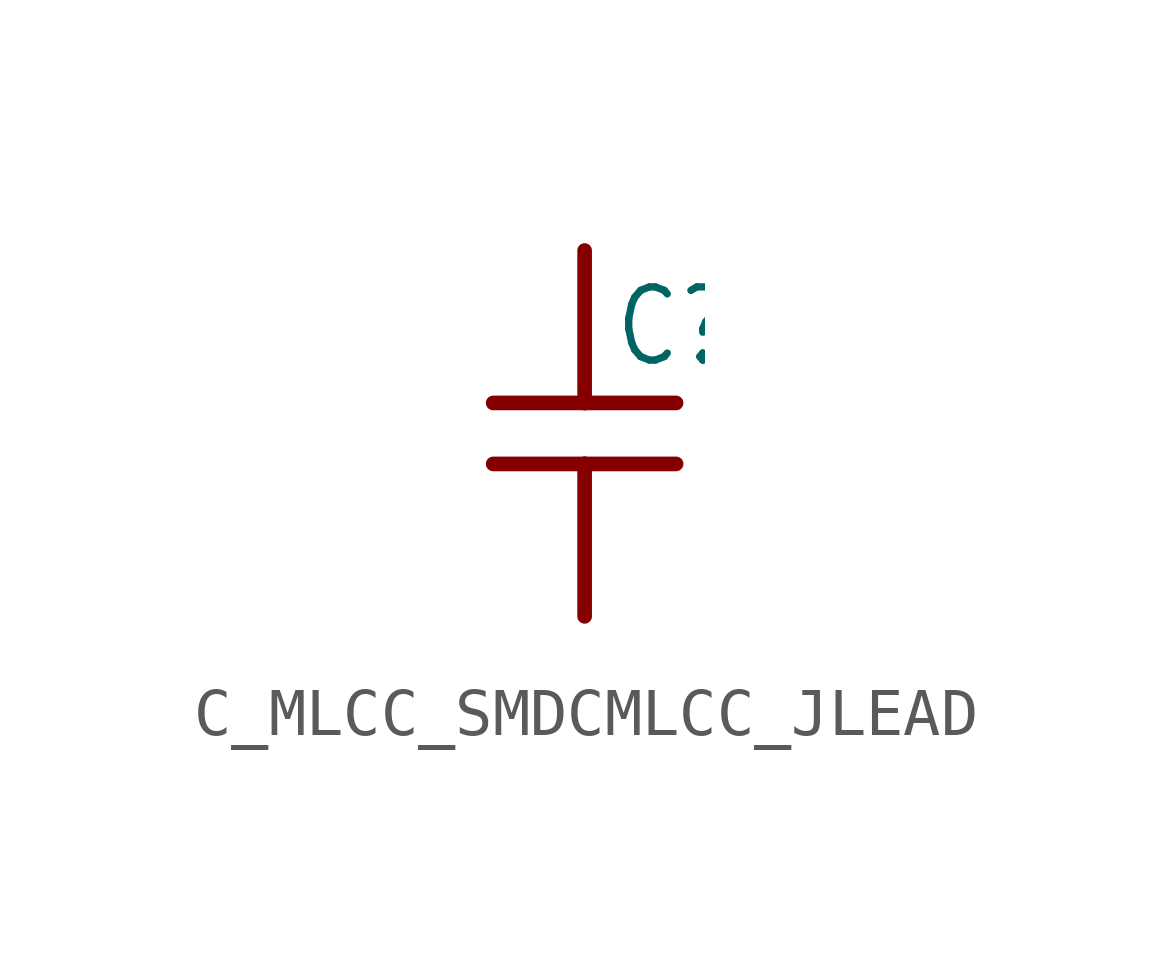
<source format=kicad_sym>
(kicad_symbol_lib
  (version 20231120)
  (generator "kicad_symbol_editor")
  (generator_version "8.0")
  (symbol "C_MLCC_SMDCMLCC_JLEAD"
    (property "Reference" "C"
      (at 0.572 0.064 0)
      (effects (font (size 1.524 1.295)) (justify left bottom)))
    (property "Value" ""
      (at 0.572 -4.381 0)
      (effects (font (size 1.524 1.295)) (justify left bottom)))
    (property "ki_locked" ""
      (at 0 0 0)
      (effects (font (size 1.27 1.27))))
    (symbol "C_MLCC_SMDCMLCC_JLEAD_1_0"
      (polyline (pts (xy -1.905 -1.905) (xy 0 -1.905)) (stroke (width 0.305) (type solid)) (fill (type none)))
      (polyline (pts (xy 0 -1.905) (xy 0 -5.08)) (stroke (width 0.305) (type solid)) (fill (type none)))
      (polyline (pts (xy 0 -1.905) (xy 1.905 -1.905)) (stroke (width 0.305) (type solid)) (fill (type none)))
      (polyline (pts (xy 0 -0.635) (xy -1.905 -0.635)) (stroke (width 0.305) (type solid)) (fill (type none)))
      (polyline (pts (xy 0 -0.635) (xy 0 2.54)) (stroke (width 0.305) (type solid)) (fill (type none)))
      (polyline (pts (xy 1.905 -0.635) (xy 0 -0.635)) (stroke (width 0.305) (type solid)) (fill (type none)))
      (pin passive line (at 0 2.54 270) (length 0) (name "1" (effects (font (size 0 0)))) (number "P$1" (effects (font (size 0 0)))))
      (pin passive line (at 0 -5.08 90) (length 0) (name "2" (effects (font (size 0 0)))) (number "P$2" (effects (font (size 0 0))))))))
</source>
